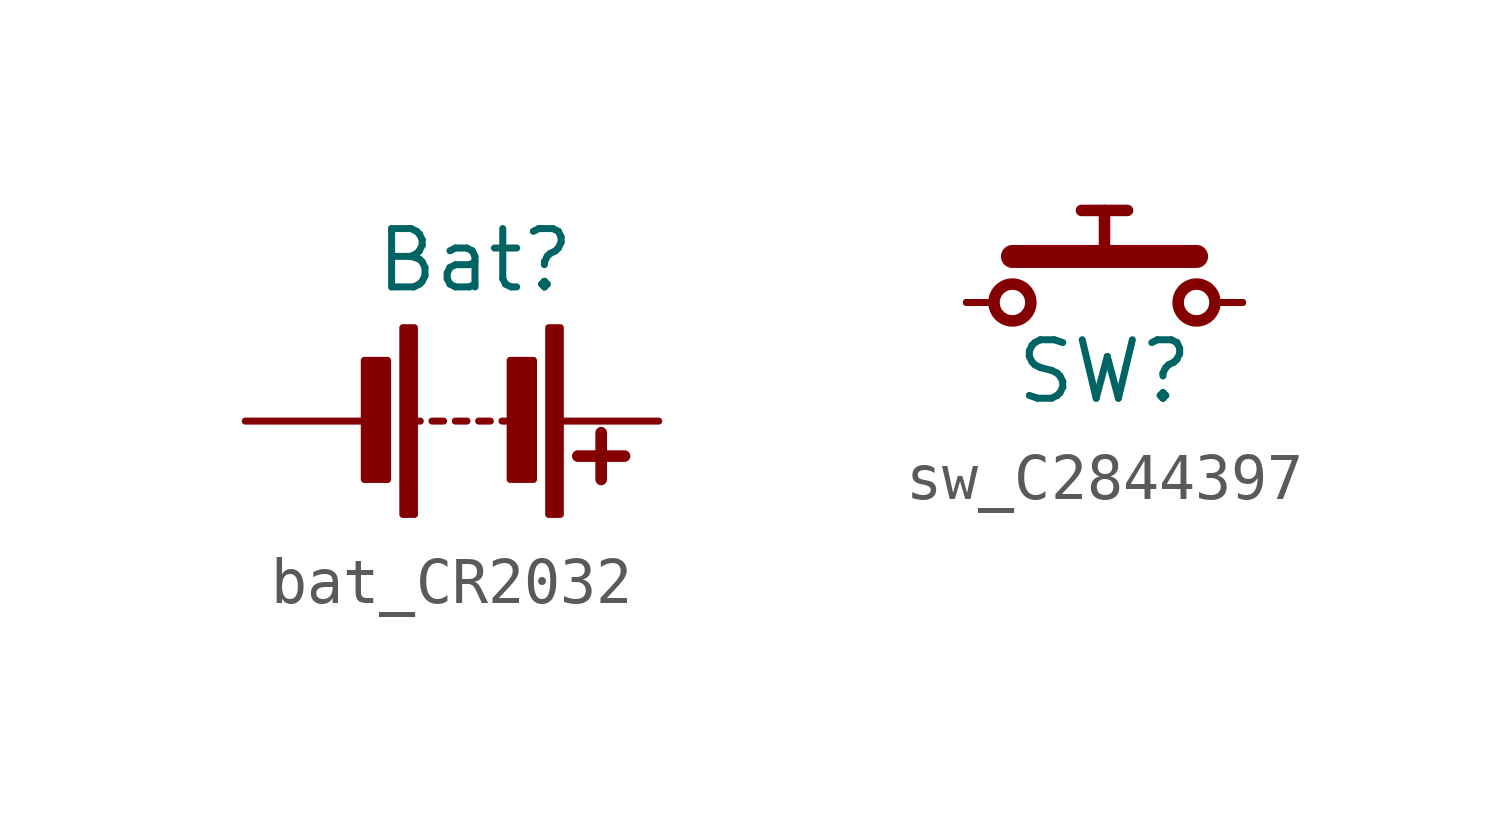
<source format=kicad_sym>
(kicad_symbol_lib
  (version 20241209)
  (generator "kicad_symbol_editor")
  (generator_version "9.0")
  (symbol "bat_CR2032"
    (pin_numbers
      (hide yes))
    (pin_names
      (hide yes))
    (property "Reference" "Bat"
      (at 5 3.5 0)
      (effects (font (size 1.27 1.27))))
    (property "Value" ""
      (at 0 0 0)
      (effects (font (size 1.27 1.27))))
    (symbol "bat_CR2032_0_1"
      (rectangle (start 3.099 1.321) (end 2.591 -1.27) (stroke (width 0) (type default)) (fill (type outline)))
      (polyline (pts (xy 3.556 0) (xy 3.81 0)) (stroke (width 0) (type default)) (fill (type none)))
      (rectangle (start 3.683 2.032) (end 3.429 -2.032) (stroke (width 0) (type default)) (fill (type outline)))
      (polyline (pts (xy 4.064 0) (xy 4.318 0)) (stroke (width 0) (type default)) (fill (type none)))
      (polyline (pts (xy 4.572 0) (xy 4.826 0)) (stroke (width 0) (type default)) (fill (type none)))
      (polyline (pts (xy 5.08 0) (xy 5.334 0)) (stroke (width 0) (type default)) (fill (type none)))
      (polyline (pts (xy 5.588 0) (xy 5.842 0)) (stroke (width 0) (type default)) (fill (type none)))
      (rectangle (start 5.766 1.321) (end 6.274 -1.27) (stroke (width 0) (type default)) (fill (type outline)))
      (rectangle (start 6.604 2.032) (end 6.858 -2.032) (stroke (width 0) (type default)) (fill (type outline)))
      (polyline (pts (xy 7.747 -0.254) (xy 7.747 -1.27)) (stroke (width 0.254) (type default)) (fill (type none)))
      (polyline (pts (xy 8.255 -0.762) (xy 7.239 -0.762)) (stroke (width 0.254) (type default)) (fill (type none))))
    (symbol "bat_CR2032_1_1"
      (pin passive line (at 0 0 0) (length 2.54) (name "N" (effects (font (size 1.25 1.25)))) (number "N" (effects (font (size 1.25 1.25)))))
      (pin passive line (at 9 0 180) (length 2.1) (name "P" (effects (font (size 1.25 1.25)))) (number "P" (effects (font (size 1.25 1.25)))))))
  (symbol "sw_C2844397"
    (pin_numbers
      (hide yes))
    (pin_names
      (hide yes))
    (property "Reference" "SW"
      (at 3 -1.5 0)
      (effects (font (size 1.27 1.27))))
    (property "Value" ""
      (at 0 0 0)
      (effects (font (size 1.27 1.27))))
    (symbol "sw_C2844397_1_1"
      (circle (center 1 0) (radius 0.4) (stroke (width 0.25) (type default)) (fill (type none)))
      (polyline (pts (xy 3 1) (xy 3 2)) (stroke (width 0.25) (type default)) (fill (type none)))
      (polyline (pts (xy 3.5 2) (xy 2.5 2)) (stroke (width 0.25) (type default)) (fill (type none)))
      (polyline (pts (xy 5 1) (xy 1 1)) (stroke (width 0.5) (type default)) (fill (type none)))
      (circle (center 5 0) (radius 0.4) (stroke (width 0.25) (type default)) (fill (type none)))
      (pin passive line (at 0 0 0) (length 0.6) (name "1" (effects (font (size 1.25 1.25)))) (number "1" (effects (font (size 1.25 1.25)))))
      (pin passive line (at 0 0 0) (length 0.6) (name "2" (effects (font (size 1.25 1.25)))) (number "2" (effects (font (size 1.25 1.25)))))
      (pin passive line (at 6 0 180) (length 0.6) (name "3" (effects (font (size 1.25 1.25)))) (number "3" (effects (font (size 1.25 1.25)))))
      (pin passive line (at 6 0 180) (length 0.6) (name "4" (effects (font (size 1.25 1.25)))) (number "4" (effects (font (size 1.25 1.25))))))))
</source>
